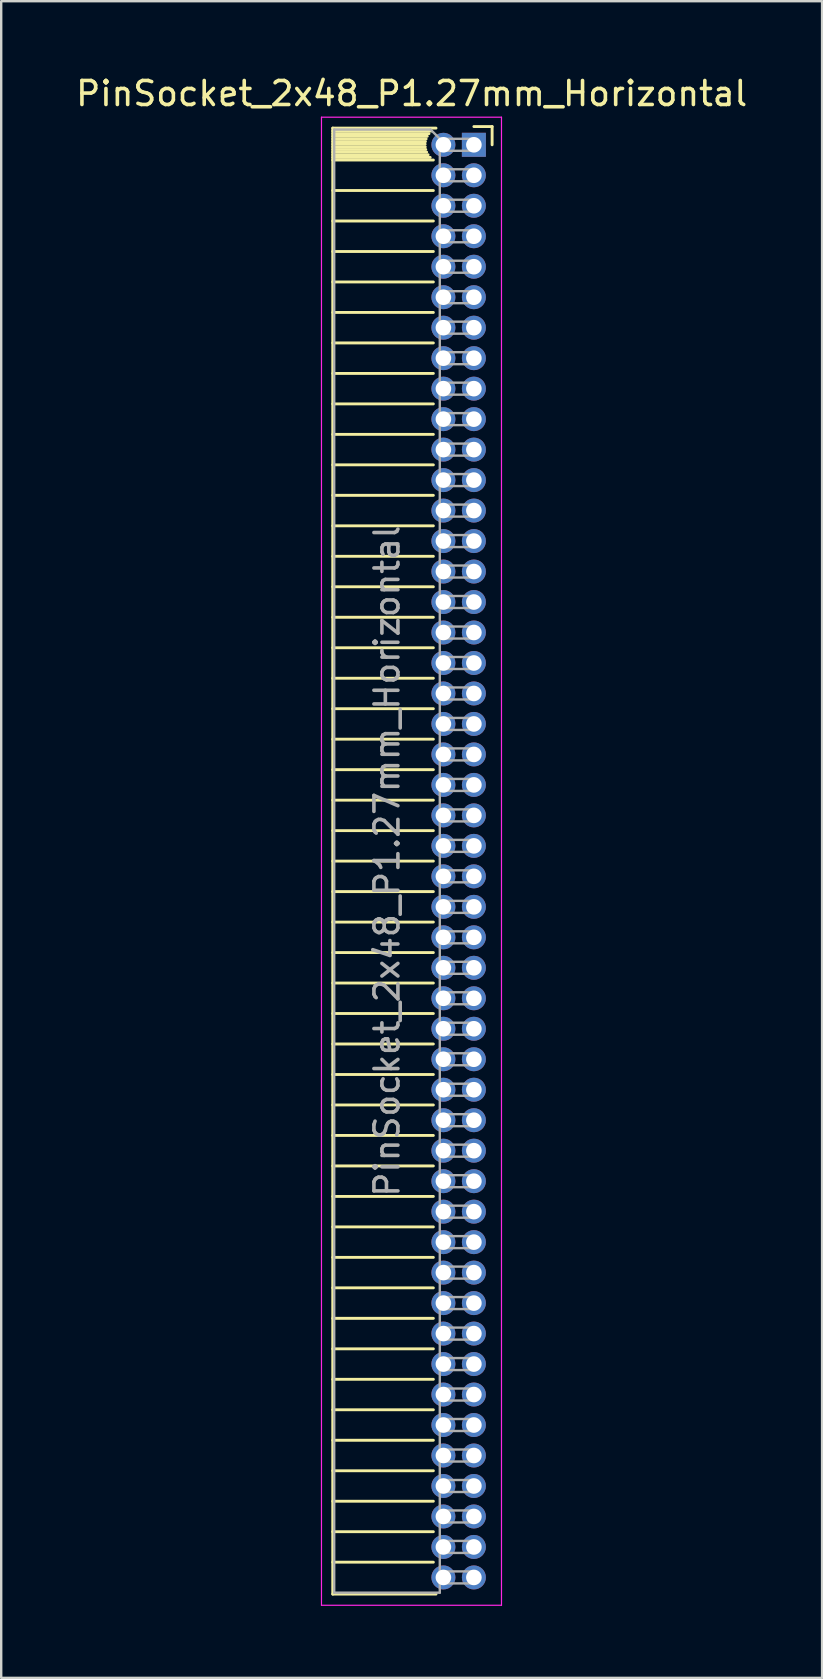
<source format=kicad_pcb>
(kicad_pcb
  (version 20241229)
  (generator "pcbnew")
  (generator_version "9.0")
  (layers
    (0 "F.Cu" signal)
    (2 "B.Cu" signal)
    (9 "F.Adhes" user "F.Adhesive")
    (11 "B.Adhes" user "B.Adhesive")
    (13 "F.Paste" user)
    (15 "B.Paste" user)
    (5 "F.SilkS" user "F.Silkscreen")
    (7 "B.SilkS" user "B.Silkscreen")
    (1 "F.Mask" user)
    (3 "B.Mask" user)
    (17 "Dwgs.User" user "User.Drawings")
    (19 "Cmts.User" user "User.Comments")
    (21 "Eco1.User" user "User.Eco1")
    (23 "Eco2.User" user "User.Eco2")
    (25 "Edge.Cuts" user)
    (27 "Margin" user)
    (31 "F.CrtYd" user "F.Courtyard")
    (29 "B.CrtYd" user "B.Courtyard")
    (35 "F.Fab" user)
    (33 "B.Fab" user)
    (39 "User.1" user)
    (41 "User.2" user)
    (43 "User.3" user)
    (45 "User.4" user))
  (footprint "PinSocket_2x48_P1.27mm_Horizontal"
    (layer "F.Cu")
    (at 16.694 2.983)
    (property "Reference" "PinSocket_2x48_P1.27mm_Horizontal" (at -2.592 -2.135 0) (layer "F.SilkS") (effects (font (size 1 1) (thickness 0.15))))
    (attr through_hole)
    (fp_line (start -5.88 -0.695) (end -5.88 60.385) (stroke (width 0.12) (type solid)) (layer "F.SilkS"))
    (fp_line (start -5.88 -0.695) (end -1.578 -0.695) (stroke (width 0.12) (type solid)) (layer "F.SilkS"))
    (fp_line (start -5.88 -0.575) (end -1.767 -0.575) (stroke (width 0.12) (type solid)) (layer "F.SilkS"))
    (fp_line (start -5.88 -0.465) (end -1.871 -0.465) (stroke (width 0.12) (type solid)) (layer "F.SilkS"))
    (fp_line (start -5.88 -0.355) (end -1.942 -0.355) (stroke (width 0.12) (type solid)) (layer "F.SilkS"))
    (fp_line (start -5.88 -0.245) (end -1.989 -0.245) (stroke (width 0.12) (type solid)) (layer "F.SilkS"))
    (fp_line (start -5.88 -0.135) (end -2.018 -0.135) (stroke (width 0.12) (type solid)) (layer "F.SilkS"))
    (fp_line (start -5.88 -0.025) (end -2.03 -0.025) (stroke (width 0.12) (type solid)) (layer "F.SilkS"))
    (fp_line (start -5.88 0.085) (end -2.025 0.085) (stroke (width 0.12) (type solid)) (layer "F.SilkS"))
    (fp_line (start -5.88 0.195) (end -2.005 0.195) (stroke (width 0.12) (type solid)) (layer "F.SilkS"))
    (fp_line (start -5.88 0.305) (end -1.966 0.305) (stroke (width 0.12) (type solid)) (layer "F.SilkS"))
    (fp_line (start -5.88 0.415) (end -1.907 0.415) (stroke (width 0.12) (type solid)) (layer "F.SilkS"))
    (fp_line (start -5.88 0.525) (end -1.82 0.525) (stroke (width 0.12) (type solid)) (layer "F.SilkS"))
    (fp_line (start -5.88 0.635) (end -1.688 0.635) (stroke (width 0.12) (type solid)) (layer "F.SilkS"))
    (fp_line (start -5.88 1.905) (end -1.688 1.905) (stroke (width 0.12) (type solid)) (layer "F.SilkS"))
    (fp_line (start -5.88 3.175) (end -1.688 3.175) (stroke (width 0.12) (type solid)) (layer "F.SilkS"))
    (fp_line (start -5.88 4.445) (end -1.688 4.445) (stroke (width 0.12) (type solid)) (layer "F.SilkS"))
    (fp_line (start -5.88 5.715) (end -1.688 5.715) (stroke (width 0.12) (type solid)) (layer "F.SilkS"))
    (fp_line (start -5.88 6.985) (end -1.688 6.985) (stroke (width 0.12) (type solid)) (layer "F.SilkS"))
    (fp_line (start -5.88 8.255) (end -1.688 8.255) (stroke (width 0.12) (type solid)) (layer "F.SilkS"))
    (fp_line (start -5.88 9.525) (end -1.688 9.525) (stroke (width 0.12) (type solid)) (layer "F.SilkS"))
    (fp_line (start -5.88 10.795) (end -1.688 10.795) (stroke (width 0.12) (type solid)) (layer "F.SilkS"))
    (fp_line (start -5.88 12.065) (end -1.688 12.065) (stroke (width 0.12) (type solid)) (layer "F.SilkS"))
    (fp_line (start -5.88 13.335) (end -1.688 13.335) (stroke (width 0.12) (type solid)) (layer "F.SilkS"))
    (fp_line (start -5.88 14.605) (end -1.688 14.605) (stroke (width 0.12) (type solid)) (layer "F.SilkS"))
    (fp_line (start -5.88 15.875) (end -1.688 15.875) (stroke (width 0.12) (type solid)) (layer "F.SilkS"))
    (fp_line (start -5.88 17.145) (end -1.688 17.145) (stroke (width 0.12) (type solid)) (layer "F.SilkS"))
    (fp_line (start -5.88 18.415) (end -1.688 18.415) (stroke (width 0.12) (type solid)) (layer "F.SilkS"))
    (fp_line (start -5.88 19.685) (end -1.688 19.685) (stroke (width 0.12) (type solid)) (layer "F.SilkS"))
    (fp_line (start -5.88 20.955) (end -1.688 20.955) (stroke (width 0.12) (type solid)) (layer "F.SilkS"))
    (fp_line (start -5.88 22.225) (end -1.688 22.225) (stroke (width 0.12) (type solid)) (layer "F.SilkS"))
    (fp_line (start -5.88 23.495) (end -1.688 23.495) (stroke (width 0.12) (type solid)) (layer "F.SilkS"))
    (fp_line (start -5.88 24.765) (end -1.688 24.765) (stroke (width 0.12) (type solid)) (layer "F.SilkS"))
    (fp_line (start -5.88 26.035) (end -1.688 26.035) (stroke (width 0.12) (type solid)) (layer "F.SilkS"))
    (fp_line (start -5.88 27.305) (end -1.688 27.305) (stroke (width 0.12) (type solid)) (layer "F.SilkS"))
    (fp_line (start -5.88 28.575) (end -1.688 28.575) (stroke (width 0.12) (type solid)) (layer "F.SilkS"))
    (fp_line (start -5.88 29.845) (end -1.688 29.845) (stroke (width 0.12) (type solid)) (layer "F.SilkS"))
    (fp_line (start -5.88 31.115) (end -1.688 31.115) (stroke (width 0.12) (type solid)) (layer "F.SilkS"))
    (fp_line (start -5.88 32.385) (end -1.688 32.385) (stroke (width 0.12) (type solid)) (layer "F.SilkS"))
    (fp_line (start -5.88 33.655) (end -1.688 33.655) (stroke (width 0.12) (type solid)) (layer "F.SilkS"))
    (fp_line (start -5.88 34.925) (end -1.688 34.925) (stroke (width 0.12) (type solid)) (layer "F.SilkS"))
    (fp_line (start -5.88 36.195) (end -1.688 36.195) (stroke (width 0.12) (type solid)) (layer "F.SilkS"))
    (fp_line (start -5.88 37.465) (end -1.688 37.465) (stroke (width 0.12) (type solid)) (layer "F.SilkS"))
    (fp_line (start -5.88 38.735) (end -1.688 38.735) (stroke (width 0.12) (type solid)) (layer "F.SilkS"))
    (fp_line (start -5.88 40.005) (end -1.688 40.005) (stroke (width 0.12) (type solid)) (layer "F.SilkS"))
    (fp_line (start -5.88 41.275) (end -1.688 41.275) (stroke (width 0.12) (type solid)) (layer "F.SilkS"))
    (fp_line (start -5.88 42.545) (end -1.688 42.545) (stroke (width 0.12) (type solid)) (layer "F.SilkS"))
    (fp_line (start -5.88 43.815) (end -1.688 43.815) (stroke (width 0.12) (type solid)) (layer "F.SilkS"))
    (fp_line (start -5.88 45.085) (end -1.688 45.085) (stroke (width 0.12) (type solid)) (layer "F.SilkS"))
    (fp_line (start -5.88 46.355) (end -1.688 46.355) (stroke (width 0.12) (type solid)) (layer "F.SilkS"))
    (fp_line (start -5.88 47.625) (end -1.688 47.625) (stroke (width 0.12) (type solid)) (layer "F.SilkS"))
    (fp_line (start -5.88 48.895) (end -1.688 48.895) (stroke (width 0.12) (type solid)) (layer "F.SilkS"))
    (fp_line (start -5.88 50.165) (end -1.688 50.165) (stroke (width 0.12) (type solid)) (layer "F.SilkS"))
    (fp_line (start -5.88 51.435) (end -1.688 51.435) (stroke (width 0.12) (type solid)) (layer "F.SilkS"))
    (fp_line (start -5.88 52.705) (end -1.688 52.705) (stroke (width 0.12) (type solid)) (layer "F.SilkS"))
    (fp_line (start -5.88 53.975) (end -1.688 53.975) (stroke (width 0.12) (type solid)) (layer "F.SilkS"))
    (fp_line (start -5.88 55.245) (end -1.688 55.245) (stroke (width 0.12) (type solid)) (layer "F.SilkS"))
    (fp_line (start -5.88 56.515) (end -1.688 56.515) (stroke (width 0.12) (type solid)) (layer "F.SilkS"))
    (fp_line (start -5.88 57.785) (end -1.688 57.785) (stroke (width 0.12) (type solid)) (layer "F.SilkS"))
    (fp_line (start -5.88 59.055) (end -1.688 59.055) (stroke (width 0.12) (type solid)) (layer "F.SilkS"))
    (fp_line (start -5.88 60.385) (end -1.578 60.385) (stroke (width 0.12) (type solid)) (layer "F.SilkS"))
    (fp_line (start 0 -0.76) (end 0.76 -0.76) (stroke (width 0.12) (type solid)) (layer "F.SilkS"))
    (fp_line (start 0.76 -0.76) (end 0.76 0) (stroke (width 0.12) (type solid)) (layer "F.SilkS"))
    (fp_line (start -6.35 -1.15) (end -6.35 60.85) (stroke (width 0.05) (type solid)) (layer "F.CrtYd"))
    (fp_line (start -6.35 60.85) (end 1.15 60.85) (stroke (width 0.05) (type solid)) (layer "F.CrtYd"))
    (fp_line (start 1.15 -1.15) (end -6.35 -1.15) (stroke (width 0.05) (type solid)) (layer "F.CrtYd"))
    (fp_line (start 1.15 60.85) (end 1.15 -1.15) (stroke (width 0.05) (type solid)) (layer "F.CrtYd"))
    (fp_line (start -5.82 -0.635) (end -1.805 -0.635) (stroke (width 0.1) (type solid)) (layer "F.Fab"))
    (fp_line (start -5.82 60.325) (end -5.82 -0.635) (stroke (width 0.1) (type solid)) (layer "F.Fab"))
    (fp_line (start -1.805 -0.635) (end -1.42 -0.25) (stroke (width 0.1) (type solid)) (layer "F.Fab"))
    (fp_line (start -1.42 -0.25) (end -1.42 60.325) (stroke (width 0.1) (type solid)) (layer "F.Fab"))
    (fp_line (start -1.42 0.25) (end 0 0.25) (stroke (width 0.1) (type solid)) (layer "F.Fab"))
    (fp_line (start -1.42 1.52) (end 0 1.52) (stroke (width 0.1) (type solid)) (layer "F.Fab"))
    (fp_line (start -1.42 2.79) (end 0 2.79) (stroke (width 0.1) (type solid)) (layer "F.Fab"))
    (fp_line (start -1.42 4.06) (end 0 4.06) (stroke (width 0.1) (type solid)) (layer "F.Fab"))
    (fp_line (start -1.42 5.33) (end 0 5.33) (stroke (width 0.1) (type solid)) (layer "F.Fab"))
    (fp_line (start -1.42 6.6) (end 0 6.6) (stroke (width 0.1) (type solid)) (layer "F.Fab"))
    (fp_line (start -1.42 7.87) (end 0 7.87) (stroke (width 0.1) (type solid)) (layer "F.Fab"))
    (fp_line (start -1.42 9.14) (end 0 9.14) (stroke (width 0.1) (type solid)) (layer "F.Fab"))
    (fp_line (start -1.42 10.41) (end 0 10.41) (stroke (width 0.1) (type solid)) (layer "F.Fab"))
    (fp_line (start -1.42 11.68) (end 0 11.68) (stroke (width 0.1) (type solid)) (layer "F.Fab"))
    (fp_line (start -1.42 12.95) (end 0 12.95) (stroke (width 0.1) (type solid)) (layer "F.Fab"))
    (fp_line (start -1.42 14.22) (end 0 14.22) (stroke (width 0.1) (type solid)) (layer "F.Fab"))
    (fp_line (start -1.42 15.49) (end 0 15.49) (stroke (width 0.1) (type solid)) (layer "F.Fab"))
    (fp_line (start -1.42 16.76) (end 0 16.76) (stroke (width 0.1) (type solid)) (layer "F.Fab"))
    (fp_line (start -1.42 18.03) (end 0 18.03) (stroke (width 0.1) (type solid)) (layer "F.Fab"))
    (fp_line (start -1.42 19.3) (end 0 19.3) (stroke (width 0.1) (type solid)) (layer "F.Fab"))
    (fp_line (start -1.42 20.57) (end 0 20.57) (stroke (width 0.1) (type solid)) (layer "F.Fab"))
    (fp_line (start -1.42 21.84) (end 0 21.84) (stroke (width 0.1) (type solid)) (layer "F.Fab"))
    (fp_line (start -1.42 23.11) (end 0 23.11) (stroke (width 0.1) (type solid)) (layer "F.Fab"))
    (fp_line (start -1.42 24.38) (end 0 24.38) (stroke (width 0.1) (type solid)) (layer "F.Fab"))
    (fp_line (start -1.42 25.65) (end 0 25.65) (stroke (width 0.1) (type solid)) (layer "F.Fab"))
    (fp_line (start -1.42 26.92) (end 0 26.92) (stroke (width 0.1) (type solid)) (layer "F.Fab"))
    (fp_line (start -1.42 28.19) (end 0 28.19) (stroke (width 0.1) (type solid)) (layer "F.Fab"))
    (fp_line (start -1.42 29.46) (end 0 29.46) (stroke (width 0.1) (type solid)) (layer "F.Fab"))
    (fp_line (start -1.42 30.73) (end 0 30.73) (stroke (width 0.1) (type solid)) (layer "F.Fab"))
    (fp_line (start -1.42 32) (end 0 32) (stroke (width 0.1) (type solid)) (layer "F.Fab"))
    (fp_line (start -1.42 33.27) (end 0 33.27) (stroke (width 0.1) (type solid)) (layer "F.Fab"))
    (fp_line (start -1.42 34.54) (end 0 34.54) (stroke (width 0.1) (type solid)) (layer "F.Fab"))
    (fp_line (start -1.42 35.81) (end 0 35.81) (stroke (width 0.1) (type solid)) (layer "F.Fab"))
    (fp_line (start -1.42 37.08) (end 0 37.08) (stroke (width 0.1) (type solid)) (layer "F.Fab"))
    (fp_line (start -1.42 38.35) (end 0 38.35) (stroke (width 0.1) (type solid)) (layer "F.Fab"))
    (fp_line (start -1.42 39.62) (end 0 39.62) (stroke (width 0.1) (type solid)) (layer "F.Fab"))
    (fp_line (start -1.42 40.89) (end 0 40.89) (stroke (width 0.1) (type solid)) (layer "F.Fab"))
    (fp_line (start -1.42 42.16) (end 0 42.16) (stroke (width 0.1) (type solid)) (layer "F.Fab"))
    (fp_line (start -1.42 43.43) (end 0 43.43) (stroke (width 0.1) (type solid)) (layer "F.Fab"))
    (fp_line (start -1.42 44.7) (end 0 44.7) (stroke (width 0.1) (type solid)) (layer "F.Fab"))
    (fp_line (start -1.42 45.97) (end 0 45.97) (stroke (width 0.1) (type solid)) (layer "F.Fab"))
    (fp_line (start -1.42 47.24) (end 0 47.24) (stroke (width 0.1) (type solid)) (layer "F.Fab"))
    (fp_line (start -1.42 48.51) (end 0 48.51) (stroke (width 0.1) (type solid)) (layer "F.Fab"))
    (fp_line (start -1.42 49.78) (end 0 49.78) (stroke (width 0.1) (type solid)) (layer "F.Fab"))
    (fp_line (start -1.42 51.05) (end 0 51.05) (stroke (width 0.1) (type solid)) (layer "F.Fab"))
    (fp_line (start -1.42 52.32) (end 0 52.32) (stroke (width 0.1) (type solid)) (layer "F.Fab"))
    (fp_line (start -1.42 53.59) (end 0 53.59) (stroke (width 0.1) (type solid)) (layer "F.Fab"))
    (fp_line (start -1.42 54.86) (end 0 54.86) (stroke (width 0.1) (type solid)) (layer "F.Fab"))
    (fp_line (start -1.42 56.13) (end 0 56.13) (stroke (width 0.1) (type solid)) (layer "F.Fab"))
    (fp_line (start -1.42 57.4) (end 0 57.4) (stroke (width 0.1) (type solid)) (layer "F.Fab"))
    (fp_line (start -1.42 58.67) (end 0 58.67) (stroke (width 0.1) (type solid)) (layer "F.Fab"))
    (fp_line (start -1.42 59.94) (end 0 59.94) (stroke (width 0.1) (type solid)) (layer "F.Fab"))
    (fp_line (start -1.42 60.325) (end -5.82 60.325) (stroke (width 0.1) (type solid)) (layer "F.Fab"))
    (fp_line (start 0 -0.25) (end -1.42 -0.25) (stroke (width 0.1) (type solid)) (layer "F.Fab"))
    (fp_line (start 0 0.25) (end 0 -0.25) (stroke (width 0.1) (type solid)) (layer "F.Fab"))
    (fp_line (start 0 1.02) (end -1.42 1.02) (stroke (width 0.1) (type solid)) (layer "F.Fab"))
    (fp_line (start 0 1.52) (end 0 1.02) (stroke (width 0.1) (type solid)) (layer "F.Fab"))
    (fp_line (start 0 2.29) (end -1.42 2.29) (stroke (width 0.1) (type solid)) (layer "F.Fab"))
    (fp_line (start 0 2.79) (end 0 2.29) (stroke (width 0.1) (type solid)) (layer "F.Fab"))
    (fp_line (start 0 3.56) (end -1.42 3.56) (stroke (width 0.1) (type solid)) (layer "F.Fab"))
    (fp_line (start 0 4.06) (end 0 3.56) (stroke (width 0.1) (type solid)) (layer "F.Fab"))
    (fp_line (start 0 4.83) (end -1.42 4.83) (stroke (width 0.1) (type solid)) (layer "F.Fab"))
    (fp_line (start 0 5.33) (end 0 4.83) (stroke (width 0.1) (type solid)) (layer "F.Fab"))
    (fp_line (start 0 6.1) (end -1.42 6.1) (stroke (width 0.1) (type solid)) (layer "F.Fab"))
    (fp_line (start 0 6.6) (end 0 6.1) (stroke (width 0.1) (type solid)) (layer "F.Fab"))
    (fp_line (start 0 7.37) (end -1.42 7.37) (stroke (width 0.1) (type solid)) (layer "F.Fab"))
    (fp_line (start 0 7.87) (end 0 7.37) (stroke (width 0.1) (type solid)) (layer "F.Fab"))
    (fp_line (start 0 8.64) (end -1.42 8.64) (stroke (width 0.1) (type solid)) (layer "F.Fab"))
    (fp_line (start 0 9.14) (end 0 8.64) (stroke (width 0.1) (type solid)) (layer "F.Fab"))
    (fp_line (start 0 9.91) (end -1.42 9.91) (stroke (width 0.1) (type solid)) (layer "F.Fab"))
    (fp_line (start 0 10.41) (end 0 9.91) (stroke (width 0.1) (type solid)) (layer "F.Fab"))
    (fp_line (start 0 11.18) (end -1.42 11.18) (stroke (width 0.1) (type solid)) (layer "F.Fab"))
    (fp_line (start 0 11.68) (end 0 11.18) (stroke (width 0.1) (type solid)) (layer "F.Fab"))
    (fp_line (start 0 12.45) (end -1.42 12.45) (stroke (width 0.1) (type solid)) (layer "F.Fab"))
    (fp_line (start 0 12.95) (end 0 12.45) (stroke (width 0.1) (type solid)) (layer "F.Fab"))
    (fp_line (start 0 13.72) (end -1.42 13.72) (stroke (width 0.1) (type solid)) (layer "F.Fab"))
    (fp_line (start 0 14.22) (end 0 13.72) (stroke (width 0.1) (type solid)) (layer "F.Fab"))
    (fp_line (start 0 14.99) (end -1.42 14.99) (stroke (width 0.1) (type solid)) (layer "F.Fab"))
    (fp_line (start 0 15.49) (end 0 14.99) (stroke (width 0.1) (type solid)) (layer "F.Fab"))
    (fp_line (start 0 16.26) (end -1.42 16.26) (stroke (width 0.1) (type solid)) (layer "F.Fab"))
    (fp_line (start 0 16.76) (end 0 16.26) (stroke (width 0.1) (type solid)) (layer "F.Fab"))
    (fp_line (start 0 17.53) (end -1.42 17.53) (stroke (width 0.1) (type solid)) (layer "F.Fab"))
    (fp_line (start 0 18.03) (end 0 17.53) (stroke (width 0.1) (type solid)) (layer "F.Fab"))
    (fp_line (start 0 18.8) (end -1.42 18.8) (stroke (width 0.1) (type solid)) (layer "F.Fab"))
    (fp_line (start 0 19.3) (end 0 18.8) (stroke (width 0.1) (type solid)) (layer "F.Fab"))
    (fp_line (start 0 20.07) (end -1.42 20.07) (stroke (width 0.1) (type solid)) (layer "F.Fab"))
    (fp_line (start 0 20.57) (end 0 20.07) (stroke (width 0.1) (type solid)) (layer "F.Fab"))
    (fp_line (start 0 21.34) (end -1.42 21.34) (stroke (width 0.1) (type solid)) (layer "F.Fab"))
    (fp_line (start 0 21.84) (end 0 21.34) (stroke (width 0.1) (type solid)) (layer "F.Fab"))
    (fp_line (start 0 22.61) (end -1.42 22.61) (stroke (width 0.1) (type solid)) (layer "F.Fab"))
    (fp_line (start 0 23.11) (end 0 22.61) (stroke (width 0.1) (type solid)) (layer "F.Fab"))
    (fp_line (start 0 23.88) (end -1.42 23.88) (stroke (width 0.1) (type solid)) (layer "F.Fab"))
    (fp_line (start 0 24.38) (end 0 23.88) (stroke (width 0.1) (type solid)) (layer "F.Fab"))
    (fp_line (start 0 25.15) (end -1.42 25.15) (stroke (width 0.1) (type solid)) (layer "F.Fab"))
    (fp_line (start 0 25.65) (end 0 25.15) (stroke (width 0.1) (type solid)) (layer "F.Fab"))
    (fp_line (start 0 26.42) (end -1.42 26.42) (stroke (width 0.1) (type solid)) (layer "F.Fab"))
    (fp_line (start 0 26.92) (end 0 26.42) (stroke (width 0.1) (type solid)) (layer "F.Fab"))
    (fp_line (start 0 27.69) (end -1.42 27.69) (stroke (width 0.1) (type solid)) (layer "F.Fab"))
    (fp_line (start 0 28.19) (end 0 27.69) (stroke (width 0.1) (type solid)) (layer "F.Fab"))
    (fp_line (start 0 28.96) (end -1.42 28.96) (stroke (width 0.1) (type solid)) (layer "F.Fab"))
    (fp_line (start 0 29.46) (end 0 28.96) (stroke (width 0.1) (type solid)) (layer "F.Fab"))
    (fp_line (start 0 30.23) (end -1.42 30.23) (stroke (width 0.1) (type solid)) (layer "F.Fab"))
    (fp_line (start 0 30.73) (end 0 30.23) (stroke (width 0.1) (type solid)) (layer "F.Fab"))
    (fp_line (start 0 31.5) (end -1.42 31.5) (stroke (width 0.1) (type solid)) (layer "F.Fab"))
    (fp_line (start 0 32) (end 0 31.5) (stroke (width 0.1) (type solid)) (layer "F.Fab"))
    (fp_line (start 0 32.77) (end -1.42 32.77) (stroke (width 0.1) (type solid)) (layer "F.Fab"))
    (fp_line (start 0 33.27) (end 0 32.77) (stroke (width 0.1) (type solid)) (layer "F.Fab"))
    (fp_line (start 0 34.04) (end -1.42 34.04) (stroke (width 0.1) (type solid)) (layer "F.Fab"))
    (fp_line (start 0 34.54) (end 0 34.04) (stroke (width 0.1) (type solid)) (layer "F.Fab"))
    (fp_line (start 0 35.31) (end -1.42 35.31) (stroke (width 0.1) (type solid)) (layer "F.Fab"))
    (fp_line (start 0 35.81) (end 0 35.31) (stroke (width 0.1) (type solid)) (layer "F.Fab"))
    (fp_line (start 0 36.58) (end -1.42 36.58) (stroke (width 0.1) (type solid)) (layer "F.Fab"))
    (fp_line (start 0 37.08) (end 0 36.58) (stroke (width 0.1) (type solid)) (layer "F.Fab"))
    (fp_line (start 0 37.85) (end -1.42 37.85) (stroke (width 0.1) (type solid)) (layer "F.Fab"))
    (fp_line (start 0 38.35) (end 0 37.85) (stroke (width 0.1) (type solid)) (layer "F.Fab"))
    (fp_line (start 0 39.12) (end -1.42 39.12) (stroke (width 0.1) (type solid)) (layer "F.Fab"))
    (fp_line (start 0 39.62) (end 0 39.12) (stroke (width 0.1) (type solid)) (layer "F.Fab"))
    (fp_line (start 0 40.39) (end -1.42 40.39) (stroke (width 0.1) (type solid)) (layer "F.Fab"))
    (fp_line (start 0 40.89) (end 0 40.39) (stroke (width 0.1) (type solid)) (layer "F.Fab"))
    (fp_line (start 0 41.66) (end -1.42 41.66) (stroke (width 0.1) (type solid)) (layer "F.Fab"))
    (fp_line (start 0 42.16) (end 0 41.66) (stroke (width 0.1) (type solid)) (layer "F.Fab"))
    (fp_line (start 0 42.93) (end -1.42 42.93) (stroke (width 0.1) (type solid)) (layer "F.Fab"))
    (fp_line (start 0 43.43) (end 0 42.93) (stroke (width 0.1) (type solid)) (layer "F.Fab"))
    (fp_line (start 0 44.2) (end -1.42 44.2) (stroke (width 0.1) (type solid)) (layer "F.Fab"))
    (fp_line (start 0 44.7) (end 0 44.2) (stroke (width 0.1) (type solid)) (layer "F.Fab"))
    (fp_line (start 0 45.47) (end -1.42 45.47) (stroke (width 0.1) (type solid)) (layer "F.Fab"))
    (fp_line (start 0 45.97) (end 0 45.47) (stroke (width 0.1) (type solid)) (layer "F.Fab"))
    (fp_line (start 0 46.74) (end -1.42 46.74) (stroke (width 0.1) (type solid)) (layer "F.Fab"))
    (fp_line (start 0 47.24) (end 0 46.74) (stroke (width 0.1) (type solid)) (layer "F.Fab"))
    (fp_line (start 0 48.01) (end -1.42 48.01) (stroke (width 0.1) (type solid)) (layer "F.Fab"))
    (fp_line (start 0 48.51) (end 0 48.01) (stroke (width 0.1) (type solid)) (layer "F.Fab"))
    (fp_line (start 0 49.28) (end -1.42 49.28) (stroke (width 0.1) (type solid)) (layer "F.Fab"))
    (fp_line (start 0 49.78) (end 0 49.28) (stroke (width 0.1) (type solid)) (layer "F.Fab"))
    (fp_line (start 0 50.55) (end -1.42 50.55) (stroke (width 0.1) (type solid)) (layer "F.Fab"))
    (fp_line (start 0 51.05) (end 0 50.55) (stroke (width 0.1) (type solid)) (layer "F.Fab"))
    (fp_line (start 0 51.82) (end -1.42 51.82) (stroke (width 0.1) (type solid)) (layer "F.Fab"))
    (fp_line (start 0 52.32) (end 0 51.82) (stroke (width 0.1) (type solid)) (layer "F.Fab"))
    (fp_line (start 0 53.09) (end -1.42 53.09) (stroke (width 0.1) (type solid)) (layer "F.Fab"))
    (fp_line (start 0 53.59) (end 0 53.09) (stroke (width 0.1) (type solid)) (layer "F.Fab"))
    (fp_line (start 0 54.36) (end -1.42 54.36) (stroke (width 0.1) (type solid)) (layer "F.Fab"))
    (fp_line (start 0 54.86) (end 0 54.36) (stroke (width 0.1) (type solid)) (layer "F.Fab"))
    (fp_line (start 0 55.63) (end -1.42 55.63) (stroke (width 0.1) (type solid)) (layer "F.Fab"))
    (fp_line (start 0 56.13) (end 0 55.63) (stroke (width 0.1) (type solid)) (layer "F.Fab"))
    (fp_line (start 0 56.9) (end -1.42 56.9) (stroke (width 0.1) (type solid)) (layer "F.Fab"))
    (fp_line (start 0 57.4) (end 0 56.9) (stroke (width 0.1) (type solid)) (layer "F.Fab"))
    (fp_line (start 0 58.17) (end -1.42 58.17) (stroke (width 0.1) (type solid)) (layer "F.Fab"))
    (fp_line (start 0 58.67) (end 0 58.17) (stroke (width 0.1) (type solid)) (layer "F.Fab"))
    (fp_line (start 0 59.44) (end -1.42 59.44) (stroke (width 0.1) (type solid)) (layer "F.Fab"))
    (fp_line (start 0 59.94) (end 0 59.44) (stroke (width 0.1) (type solid)) (layer "F.Fab"))
    (fp_text user "${REFERENCE}" (at -3.62 29.845 90) (layer "F.Fab") (effects (font (size 1 1) (thickness 0.15))))
    (pad "1" thru_hole rect (at 0 0) (size 1 1) (drill 0.65) (layers "*.Cu" "*.Mask"))
    (pad "2" thru_hole oval (at -1.27 0) (size 1 1) (drill 0.65) (layers "*.Cu" "*.Mask"))
    (pad "3" thru_hole oval (at 0 1.27) (size 1 1) (drill 0.65) (layers "*.Cu" "*.Mask"))
    (pad "4" thru_hole oval (at -1.27 1.27) (size 1 1) (drill 0.65) (layers "*.Cu" "*.Mask"))
    (pad "5" thru_hole oval (at 0 2.54) (size 1 1) (drill 0.65) (layers "*.Cu" "*.Mask"))
    (pad "6" thru_hole oval (at -1.27 2.54) (size 1 1) (drill 0.65) (layers "*.Cu" "*.Mask"))
    (pad "7" thru_hole oval (at 0 3.81) (size 1 1) (drill 0.65) (layers "*.Cu" "*.Mask"))
    (pad "8" thru_hole oval (at -1.27 3.81) (size 1 1) (drill 0.65) (layers "*.Cu" "*.Mask"))
    (pad "9" thru_hole oval (at 0 5.08) (size 1 1) (drill 0.65) (layers "*.Cu" "*.Mask"))
    (pad "10" thru_hole oval (at -1.27 5.08) (size 1 1) (drill 0.65) (layers "*.Cu" "*.Mask"))
    (pad "11" thru_hole oval (at 0 6.35) (size 1 1) (drill 0.65) (layers "*.Cu" "*.Mask"))
    (pad "12" thru_hole oval (at -1.27 6.35) (size 1 1) (drill 0.65) (layers "*.Cu" "*.Mask"))
    (pad "13" thru_hole oval (at 0 7.62) (size 1 1) (drill 0.65) (layers "*.Cu" "*.Mask"))
    (pad "14" thru_hole oval (at -1.27 7.62) (size 1 1) (drill 0.65) (layers "*.Cu" "*.Mask"))
    (pad "15" thru_hole oval (at 0 8.89) (size 1 1) (drill 0.65) (layers "*.Cu" "*.Mask"))
    (pad "16" thru_hole oval (at -1.27 8.89) (size 1 1) (drill 0.65) (layers "*.Cu" "*.Mask"))
    (pad "17" thru_hole oval (at 0 10.16) (size 1 1) (drill 0.65) (layers "*.Cu" "*.Mask"))
    (pad "18" thru_hole oval (at -1.27 10.16) (size 1 1) (drill 0.65) (layers "*.Cu" "*.Mask"))
    (pad "19" thru_hole oval (at 0 11.43) (size 1 1) (drill 0.65) (layers "*.Cu" "*.Mask"))
    (pad "20" thru_hole oval (at -1.27 11.43) (size 1 1) (drill 0.65) (layers "*.Cu" "*.Mask"))
    (pad "21" thru_hole oval (at 0 12.7) (size 1 1) (drill 0.65) (layers "*.Cu" "*.Mask"))
    (pad "22" thru_hole oval (at -1.27 12.7) (size 1 1) (drill 0.65) (layers "*.Cu" "*.Mask"))
    (pad "23" thru_hole oval (at 0 13.97) (size 1 1) (drill 0.65) (layers "*.Cu" "*.Mask"))
    (pad "24" thru_hole oval (at -1.27 13.97) (size 1 1) (drill 0.65) (layers "*.Cu" "*.Mask"))
    (pad "25" thru_hole oval (at 0 15.24) (size 1 1) (drill 0.65) (layers "*.Cu" "*.Mask"))
    (pad "26" thru_hole oval (at -1.27 15.24) (size 1 1) (drill 0.65) (layers "*.Cu" "*.Mask"))
    (pad "27" thru_hole oval (at 0 16.51) (size 1 1) (drill 0.65) (layers "*.Cu" "*.Mask"))
    (pad "28" thru_hole oval (at -1.27 16.51) (size 1 1) (drill 0.65) (layers "*.Cu" "*.Mask"))
    (pad "29" thru_hole oval (at 0 17.78) (size 1 1) (drill 0.65) (layers "*.Cu" "*.Mask"))
    (pad "30" thru_hole oval (at -1.27 17.78) (size 1 1) (drill 0.65) (layers "*.Cu" "*.Mask"))
    (pad "31" thru_hole oval (at 0 19.05) (size 1 1) (drill 0.65) (layers "*.Cu" "*.Mask"))
    (pad "32" thru_hole oval (at -1.27 19.05) (size 1 1) (drill 0.65) (layers "*.Cu" "*.Mask"))
    (pad "33" thru_hole oval (at 0 20.32) (size 1 1) (drill 0.65) (layers "*.Cu" "*.Mask"))
    (pad "34" thru_hole oval (at -1.27 20.32) (size 1 1) (drill 0.65) (layers "*.Cu" "*.Mask"))
    (pad "35" thru_hole oval (at 0 21.59) (size 1 1) (drill 0.65) (layers "*.Cu" "*.Mask"))
    (pad "36" thru_hole oval (at -1.27 21.59) (size 1 1) (drill 0.65) (layers "*.Cu" "*.Mask"))
    (pad "37" thru_hole oval (at 0 22.86) (size 1 1) (drill 0.65) (layers "*.Cu" "*.Mask"))
    (pad "38" thru_hole oval (at -1.27 22.86) (size 1 1) (drill 0.65) (layers "*.Cu" "*.Mask"))
    (pad "39" thru_hole oval (at 0 24.13) (size 1 1) (drill 0.65) (layers "*.Cu" "*.Mask"))
    (pad "40" thru_hole oval (at -1.27 24.13) (size 1 1) (drill 0.65) (layers "*.Cu" "*.Mask"))
    (pad "41" thru_hole oval (at 0 25.4) (size 1 1) (drill 0.65) (layers "*.Cu" "*.Mask"))
    (pad "42" thru_hole oval (at -1.27 25.4) (size 1 1) (drill 0.65) (layers "*.Cu" "*.Mask"))
    (pad "43" thru_hole oval (at 0 26.67) (size 1 1) (drill 0.65) (layers "*.Cu" "*.Mask"))
    (pad "44" thru_hole oval (at -1.27 26.67) (size 1 1) (drill 0.65) (layers "*.Cu" "*.Mask"))
    (pad "45" thru_hole oval (at 0 27.94) (size 1 1) (drill 0.65) (layers "*.Cu" "*.Mask"))
    (pad "46" thru_hole oval (at -1.27 27.94) (size 1 1) (drill 0.65) (layers "*.Cu" "*.Mask"))
    (pad "47" thru_hole oval (at 0 29.21) (size 1 1) (drill 0.65) (layers "*.Cu" "*.Mask"))
    (pad "48" thru_hole oval (at -1.27 29.21) (size 1 1) (drill 0.65) (layers "*.Cu" "*.Mask"))
    (pad "49" thru_hole oval (at 0 30.48) (size 1 1) (drill 0.65) (layers "*.Cu" "*.Mask"))
    (pad "50" thru_hole oval (at -1.27 30.48) (size 1 1) (drill 0.65) (layers "*.Cu" "*.Mask"))
    (pad "51" thru_hole oval (at 0 31.75) (size 1 1) (drill 0.65) (layers "*.Cu" "*.Mask"))
    (pad "52" thru_hole oval (at -1.27 31.75) (size 1 1) (drill 0.65) (layers "*.Cu" "*.Mask"))
    (pad "53" thru_hole oval (at 0 33.02) (size 1 1) (drill 0.65) (layers "*.Cu" "*.Mask"))
    (pad "54" thru_hole oval (at -1.27 33.02) (size 1 1) (drill 0.65) (layers "*.Cu" "*.Mask"))
    (pad "55" thru_hole oval (at 0 34.29) (size 1 1) (drill 0.65) (layers "*.Cu" "*.Mask"))
    (pad "56" thru_hole oval (at -1.27 34.29) (size 1 1) (drill 0.65) (layers "*.Cu" "*.Mask"))
    (pad "57" thru_hole oval (at 0 35.56) (size 1 1) (drill 0.65) (layers "*.Cu" "*.Mask"))
    (pad "58" thru_hole oval (at -1.27 35.56) (size 1 1) (drill 0.65) (layers "*.Cu" "*.Mask"))
    (pad "59" thru_hole oval (at 0 36.83) (size 1 1) (drill 0.65) (layers "*.Cu" "*.Mask"))
    (pad "60" thru_hole oval (at -1.27 36.83) (size 1 1) (drill 0.65) (layers "*.Cu" "*.Mask"))
    (pad "61" thru_hole oval (at 0 38.1) (size 1 1) (drill 0.65) (layers "*.Cu" "*.Mask"))
    (pad "62" thru_hole oval (at -1.27 38.1) (size 1 1) (drill 0.65) (layers "*.Cu" "*.Mask"))
    (pad "63" thru_hole oval (at 0 39.37) (size 1 1) (drill 0.65) (layers "*.Cu" "*.Mask"))
    (pad "64" thru_hole oval (at -1.27 39.37) (size 1 1) (drill 0.65) (layers "*.Cu" "*.Mask"))
    (pad "65" thru_hole oval (at 0 40.64) (size 1 1) (drill 0.65) (layers "*.Cu" "*.Mask"))
    (pad "66" thru_hole oval (at -1.27 40.64) (size 1 1) (drill 0.65) (layers "*.Cu" "*.Mask"))
    (pad "67" thru_hole oval (at 0 41.91) (size 1 1) (drill 0.65) (layers "*.Cu" "*.Mask"))
    (pad "68" thru_hole oval (at -1.27 41.91) (size 1 1) (drill 0.65) (layers "*.Cu" "*.Mask"))
    (pad "69" thru_hole oval (at 0 43.18) (size 1 1) (drill 0.65) (layers "*.Cu" "*.Mask"))
    (pad "70" thru_hole oval (at -1.27 43.18) (size 1 1) (drill 0.65) (layers "*.Cu" "*.Mask"))
    (pad "71" thru_hole oval (at 0 44.45) (size 1 1) (drill 0.65) (layers "*.Cu" "*.Mask"))
    (pad "72" thru_hole oval (at -1.27 44.45) (size 1 1) (drill 0.65) (layers "*.Cu" "*.Mask"))
    (pad "73" thru_hole oval (at 0 45.72) (size 1 1) (drill 0.65) (layers "*.Cu" "*.Mask"))
    (pad "74" thru_hole oval (at -1.27 45.72) (size 1 1) (drill 0.65) (layers "*.Cu" "*.Mask"))
    (pad "75" thru_hole oval (at 0 46.99) (size 1 1) (drill 0.65) (layers "*.Cu" "*.Mask"))
    (pad "76" thru_hole oval (at -1.27 46.99) (size 1 1) (drill 0.65) (layers "*.Cu" "*.Mask"))
    (pad "77" thru_hole oval (at 0 48.26) (size 1 1) (drill 0.65) (layers "*.Cu" "*.Mask"))
    (pad "78" thru_hole oval (at -1.27 48.26) (size 1 1) (drill 0.65) (layers "*.Cu" "*.Mask"))
    (pad "79" thru_hole oval (at 0 49.53) (size 1 1) (drill 0.65) (layers "*.Cu" "*.Mask"))
    (pad "80" thru_hole oval (at -1.27 49.53) (size 1 1) (drill 0.65) (layers "*.Cu" "*.Mask"))
    (pad "81" thru_hole oval (at 0 50.8) (size 1 1) (drill 0.65) (layers "*.Cu" "*.Mask"))
    (pad "82" thru_hole oval (at -1.27 50.8) (size 1 1) (drill 0.65) (layers "*.Cu" "*.Mask"))
    (pad "83" thru_hole oval (at 0 52.07) (size 1 1) (drill 0.65) (layers "*.Cu" "*.Mask"))
    (pad "84" thru_hole oval (at -1.27 52.07) (size 1 1) (drill 0.65) (layers "*.Cu" "*.Mask"))
    (pad "85" thru_hole oval (at 0 53.34) (size 1 1) (drill 0.65) (layers "*.Cu" "*.Mask"))
    (pad "86" thru_hole oval (at -1.27 53.34) (size 1 1) (drill 0.65) (layers "*.Cu" "*.Mask"))
    (pad "87" thru_hole oval (at 0 54.61) (size 1 1) (drill 0.65) (layers "*.Cu" "*.Mask"))
    (pad "88" thru_hole oval (at -1.27 54.61) (size 1 1) (drill 0.65) (layers "*.Cu" "*.Mask"))
    (pad "89" thru_hole oval (at 0 55.88) (size 1 1) (drill 0.65) (layers "*.Cu" "*.Mask"))
    (pad "90" thru_hole oval (at -1.27 55.88) (size 1 1) (drill 0.65) (layers "*.Cu" "*.Mask"))
    (pad "91" thru_hole oval (at 0 57.15) (size 1 1) (drill 0.65) (layers "*.Cu" "*.Mask"))
    (pad "92" thru_hole oval (at -1.27 57.15) (size 1 1) (drill 0.65) (layers "*.Cu" "*.Mask"))
    (pad "93" thru_hole oval (at 0 58.42) (size 1 1) (drill 0.65) (layers "*.Cu" "*.Mask"))
    (pad "94" thru_hole oval (at -1.27 58.42) (size 1 1) (drill 0.65) (layers "*.Cu" "*.Mask"))
    (pad "95" thru_hole oval (at 0 59.69) (size 1 1) (drill 0.65) (layers "*.Cu" "*.Mask"))
    (pad "96" thru_hole oval (at -1.27 59.69) (size 1 1) (drill 0.65) (layers "*.Cu" "*.Mask")))
  (gr_rect
    (start -3 -3)
    (end 31.202 66.858)
    (stroke (width 0.1) (type default))
    (fill no)
    (layer "Edge.Cuts")))
</source>
